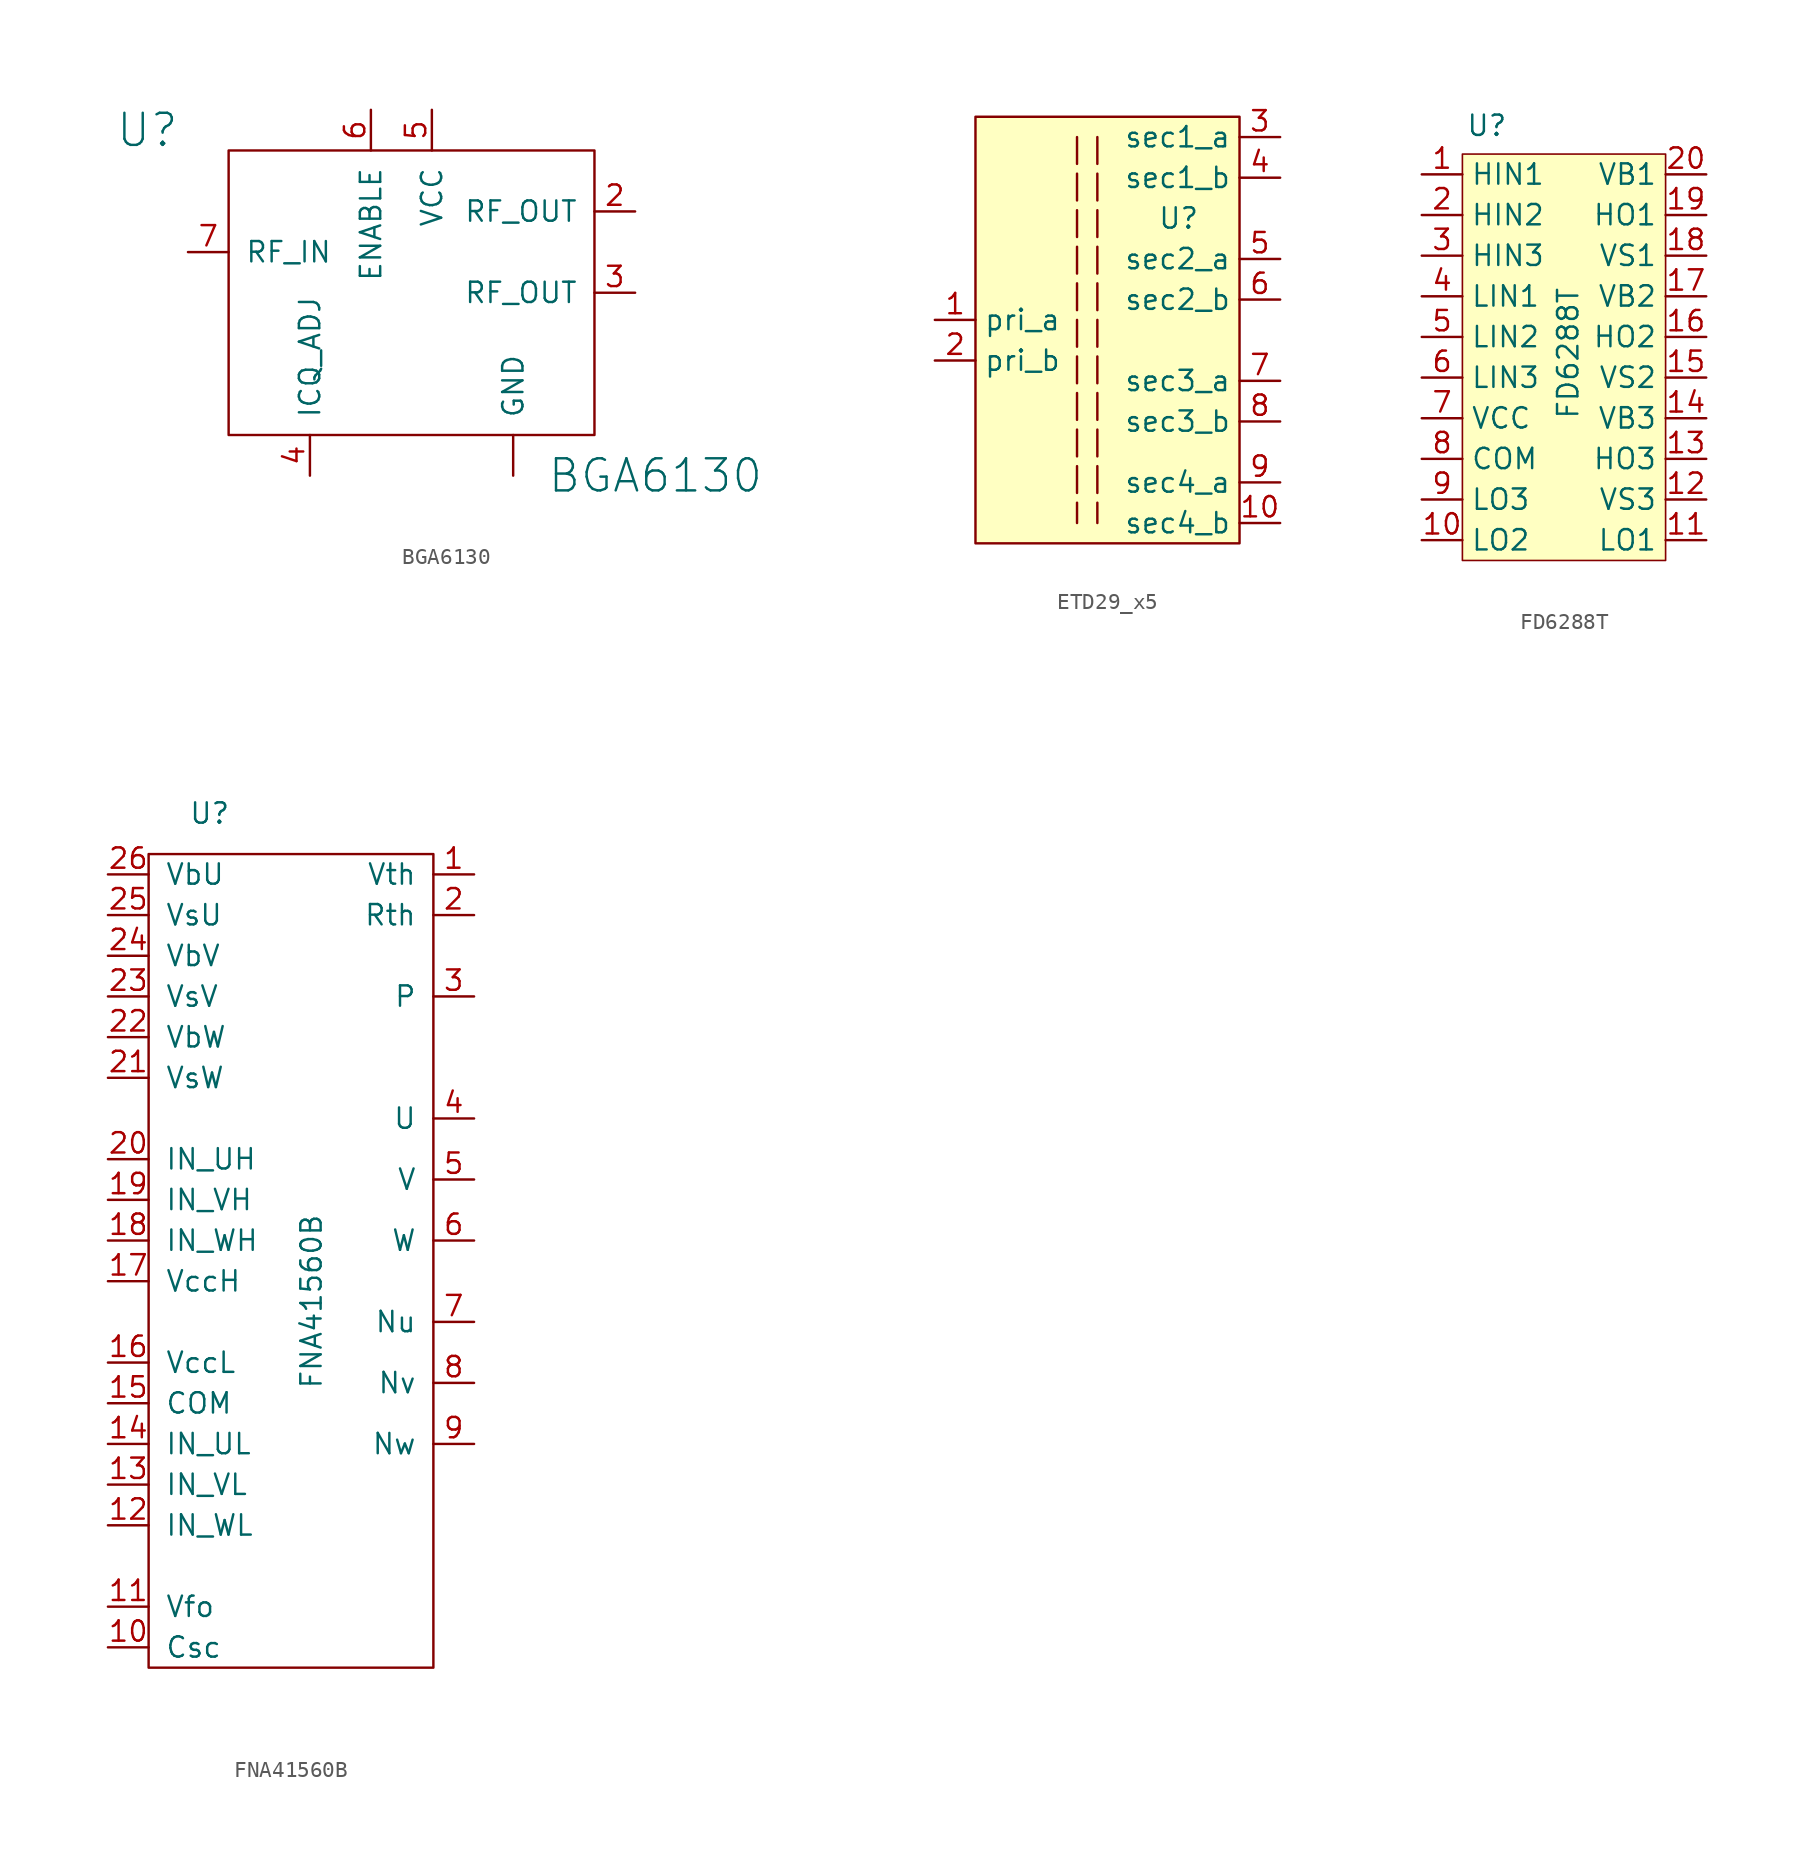
<source format=kicad_sym>
(kicad_symbol_lib
  (version 20241209)
  (generator "kicad_symbol_editor")
  (generator_version "9.0")
  (symbol "BGA6130"
    (pin_names
      (offset 1.016))
    (property "Reference" "U"
      (at -13.97 7.62 0)
      (effects (font (size 2.007 2.007))))
    (property "Value" "BGA6130"
      (at 17.78 -13.97 0)
      (effects (font (size 2.007 2.007))))
    (symbol "BGA6130_0_1"
      (rectangle (start -8.89 6.35) (end 13.97 -11.43) (stroke (width 0) (type solid)) (fill (type none))))
    (symbol "BGA6130_1_1"
      (pin input line (at -11.43 0 0) (length 2.54) (name "RF_IN" (effects (font (size 1.27 1.27)))) (number "7" (effects (font (size 1.27 1.27)))))
      (pin output line (at -3.81 -13.97 90) (length 2.54) (name "ICQ_ADJ" (effects (font (size 1.27 1.27)))) (number "4" (effects (font (size 1.27 1.27)))))
      (pin input line (at 0 8.89 270) (length 2.54) (name "ENABLE" (effects (font (size 1.27 1.27)))) (number "6" (effects (font (size 1.27 1.27)))))
      (pin input line (at 3.81 8.89 270) (length 2.54) (name "VCC" (effects (font (size 1.27 1.27)))) (number "5" (effects (font (size 1.27 1.27)))))
      (pin power_in line (at 8.89 -13.97 90) (length 2.54) (name "GND" (effects (font (size 1.27 1.27)))) (number "~" (effects (font (size 1.27 1.27)))))
      (pin output line (at 16.51 2.54 180) (length 2.54) (name "RF_OUT" (effects (font (size 1.27 1.27)))) (number "2" (effects (font (size 1.27 1.27)))))
      (pin output line (at 16.51 -2.54 180) (length 2.54) (name "RF_OUT" (effects (font (size 1.27 1.27)))) (number "3" (effects (font (size 1.27 1.27)))))))
  (symbol "ETD29_x5"
    (property "Reference" "U"
      (at 0 7.62 0)
      (effects (font (size 1.27 1.27))))
    (property "Value" ""
      (at 0 7.62 0)
      (effects (font (size 1.27 1.27))))
    (symbol "ETD29_x5_0_0"
      (pin unspecified line (at -15.24 1.27 0) (length 2.54) (name "pri_a" (effects (font (size 1.27 1.27)))) (number "1" (effects (font (size 1.27 1.27)))))
      (pin unspecified line (at -15.24 -1.27 0) (length 2.54) (name "pri_b" (effects (font (size 1.27 1.27)))) (number "2" (effects (font (size 1.27 1.27)))))
      (pin unspecified line (at 6.35 12.7 180) (length 2.54) (name "sec1_a" (effects (font (size 1.27 1.27)))) (number "3" (effects (font (size 1.27 1.27)))))
      (pin unspecified line (at 6.35 10.16 180) (length 2.54) (name "sec1_b" (effects (font (size 1.27 1.27)))) (number "4" (effects (font (size 1.27 1.27)))))
      (pin unspecified line (at 6.35 5.08 180) (length 2.54) (name "sec2_a" (effects (font (size 1.27 1.27)))) (number "5" (effects (font (size 1.27 1.27)))))
      (pin unspecified line (at 6.35 2.54 180) (length 2.54) (name "sec2_b" (effects (font (size 1.27 1.27)))) (number "6" (effects (font (size 1.27 1.27)))))
      (pin unspecified line (at 6.35 -2.54 180) (length 2.54) (name "sec3_a" (effects (font (size 1.27 1.27)))) (number "7" (effects (font (size 1.27 1.27)))))
      (pin unspecified line (at 6.35 -5.08 180) (length 2.54) (name "sec3_b" (effects (font (size 1.27 1.27)))) (number "8" (effects (font (size 1.27 1.27)))))
      (pin unspecified line (at 6.35 -8.89 180) (length 2.54) (name "sec4_a" (effects (font (size 1.27 1.27)))) (number "9" (effects (font (size 1.27 1.27)))))
      (pin unspecified line (at 6.35 -11.43 180) (length 2.54) (name "sec4_b" (effects (font (size 1.27 1.27)))) (number "10" (effects (font (size 1.27 1.27))))))
    (symbol "ETD29_x5_1_1"
      (rectangle (start -12.7 13.97) (end 3.81 -12.7) (stroke (width 0) (type default)) (fill (type background)))
      (polyline (pts (xy -6.35 12.7) (xy -6.35 -11.43)) (stroke (width 0) (type dash)) (fill (type none)))
      (polyline (pts (xy -5.08 12.7) (xy -5.08 -11.43)) (stroke (width 0) (type dash)) (fill (type none)))))
  (symbol "FD6288T"
    (property "Reference" "U"
      (at 4.064 3.048 0)
      (effects (font (size 1.27 1.27))))
    (property "Value" "FD6288T"
      (at 9.144 -11.176 90)
      (effects (font (size 1.27 1.27))))
    (symbol "FD6288T_0_0"
      (pin input line (at 0 0 0) (length 2.54) (name "HIN1" (effects (font (size 1.27 1.27)))) (number "1" (effects (font (size 1.27 1.27)))))
      (pin input line (at 0 -2.54 0) (length 2.54) (name "HIN2" (effects (font (size 1.27 1.27)))) (number "2" (effects (font (size 1.27 1.27)))))
      (pin input line (at 0 -5.08 0) (length 2.54) (name "HIN3" (effects (font (size 1.27 1.27)))) (number "3" (effects (font (size 1.27 1.27)))))
      (pin input line (at 0 -7.62 0) (length 2.54) (name "LIN1" (effects (font (size 1.27 1.27)))) (number "4" (effects (font (size 1.27 1.27)))))
      (pin input line (at 0 -10.16 0) (length 2.54) (name "LIN2" (effects (font (size 1.27 1.27)))) (number "5" (effects (font (size 1.27 1.27)))))
      (pin input line (at 0 -12.7 0) (length 2.54) (name "LIN3" (effects (font (size 1.27 1.27)))) (number "6" (effects (font (size 1.27 1.27)))))
      (pin power_in line (at 0 -15.24 0) (length 2.54) (name "VCC" (effects (font (size 1.27 1.27)))) (number "7" (effects (font (size 1.27 1.27)))))
      (pin power_in line (at 0 -17.78 0) (length 2.54) (name "COM" (effects (font (size 1.27 1.27)))) (number "8" (effects (font (size 1.27 1.27)))))
      (pin output line (at 0 -20.32 0) (length 2.54) (name "LO3" (effects (font (size 1.27 1.27)))) (number "9" (effects (font (size 1.27 1.27)))))
      (pin output line (at 0 -22.86 0) (length 2.54) (name "LO2" (effects (font (size 1.27 1.27)))) (number "10" (effects (font (size 1.27 1.27)))))
      (pin power_in line (at 17.78 0 180) (length 2.54) (name "VB1" (effects (font (size 1.27 1.27)))) (number "20" (effects (font (size 1.27 1.27)))))
      (pin output line (at 17.78 -2.54 180) (length 2.54) (name "HO1" (effects (font (size 1.27 1.27)))) (number "19" (effects (font (size 1.27 1.27)))))
      (pin input line (at 17.78 -5.08 180) (length 2.54) (name "VS1" (effects (font (size 1.27 1.27)))) (number "18" (effects (font (size 1.27 1.27)))))
      (pin power_in line (at 17.78 -7.62 180) (length 2.54) (name "VB2" (effects (font (size 1.27 1.27)))) (number "17" (effects (font (size 1.27 1.27)))))
      (pin output line (at 17.78 -10.16 180) (length 2.54) (name "HO2" (effects (font (size 1.27 1.27)))) (number "16" (effects (font (size 1.27 1.27)))))
      (pin input line (at 17.78 -12.7 180) (length 2.54) (name "VS2" (effects (font (size 1.27 1.27)))) (number "15" (effects (font (size 1.27 1.27)))))
      (pin power_in line (at 17.78 -15.24 180) (length 2.54) (name "VB3" (effects (font (size 1.27 1.27)))) (number "14" (effects (font (size 1.27 1.27)))))
      (pin output line (at 17.78 -17.78 180) (length 2.54) (name "HO3" (effects (font (size 1.27 1.27)))) (number "13" (effects (font (size 1.27 1.27)))))
      (pin input line (at 17.78 -20.32 180) (length 2.54) (name "VS3" (effects (font (size 1.27 1.27)))) (number "12" (effects (font (size 1.27 1.27)))))
      (pin output line (at 17.78 -22.86 180) (length 2.54) (name "LO1" (effects (font (size 1.27 1.27)))) (number "11" (effects (font (size 1.27 1.27))))))
    (symbol "FD6288T_1_1"
      (rectangle (start 2.54 1.27) (end 15.24 -24.13) (stroke (width 0.102) (type solid)) (fill (type background)))))
  (symbol "FNA41560B"
    (pin_names
      (offset 1.016))
    (property "Reference" "U"
      (at -3.81 29.21 0)
      (effects (font (size 1.27 1.27))))
    (property "Value" "FNA41560B"
      (at 2.54 -1.27 90)
      (effects (font (size 1.27 1.27))))
    (symbol "FNA41560B_0_0"
      (pin unspecified line (at -10.16 25.4 0) (length 2.54) (name "VbU" (effects (font (size 1.27 1.27)))) (number "26" (effects (font (size 1.27 1.27)))))
      (pin unspecified line (at -10.16 22.86 0) (length 2.54) (name "VsU" (effects (font (size 1.27 1.27)))) (number "25" (effects (font (size 1.27 1.27)))))
      (pin unspecified line (at -10.16 20.32 0) (length 2.54) (name "VbV" (effects (font (size 1.27 1.27)))) (number "24" (effects (font (size 1.27 1.27)))))
      (pin unspecified line (at -10.16 17.78 0) (length 2.54) (name "VsV" (effects (font (size 1.27 1.27)))) (number "23" (effects (font (size 1.27 1.27)))))
      (pin unspecified line (at -10.16 15.24 0) (length 2.54) (name "VbW" (effects (font (size 1.27 1.27)))) (number "22" (effects (font (size 1.27 1.27)))))
      (pin unspecified line (at -10.16 12.7 0) (length 2.54) (name "VsW" (effects (font (size 1.27 1.27)))) (number "21" (effects (font (size 1.27 1.27)))))
      (pin unspecified line (at -10.16 7.62 0) (length 2.54) (name "IN_UH" (effects (font (size 1.27 1.27)))) (number "20" (effects (font (size 1.27 1.27)))))
      (pin unspecified line (at -10.16 5.08 0) (length 2.54) (name "IN_VH" (effects (font (size 1.27 1.27)))) (number "19" (effects (font (size 1.27 1.27)))))
      (pin unspecified line (at -10.16 2.54 0) (length 2.54) (name "IN_WH" (effects (font (size 1.27 1.27)))) (number "18" (effects (font (size 1.27 1.27)))))
      (pin unspecified line (at -10.16 0 0) (length 2.54) (name "VccH" (effects (font (size 1.27 1.27)))) (number "17" (effects (font (size 1.27 1.27)))))
      (pin unspecified line (at -10.16 -5.08 0) (length 2.54) (name "VccL" (effects (font (size 1.27 1.27)))) (number "16" (effects (font (size 1.27 1.27)))))
      (pin unspecified line (at -10.16 -7.62 0) (length 2.54) (name "COM" (effects (font (size 1.27 1.27)))) (number "15" (effects (font (size 1.27 1.27)))))
      (pin unspecified line (at -10.16 -10.16 0) (length 2.54) (name "IN_UL" (effects (font (size 1.27 1.27)))) (number "14" (effects (font (size 1.27 1.27)))))
      (pin unspecified line (at -10.16 -12.7 0) (length 2.54) (name "IN_VL" (effects (font (size 1.27 1.27)))) (number "13" (effects (font (size 1.27 1.27)))))
      (pin unspecified line (at -10.16 -15.24 0) (length 2.54) (name "IN_WL" (effects (font (size 1.27 1.27)))) (number "12" (effects (font (size 1.27 1.27)))))
      (pin unspecified line (at -10.16 -20.32 0) (length 2.54) (name "Vfo" (effects (font (size 1.27 1.27)))) (number "11" (effects (font (size 1.27 1.27)))))
      (pin unspecified line (at -10.16 -22.86 0) (length 2.54) (name "Csc" (effects (font (size 1.27 1.27)))) (number "10" (effects (font (size 1.27 1.27)))))
      (pin unspecified line (at 12.7 25.4 180) (length 2.54) (name "Vth" (effects (font (size 1.27 1.27)))) (number "1" (effects (font (size 1.27 1.27)))))
      (pin unspecified line (at 12.7 22.86 180) (length 2.54) (name "Rth" (effects (font (size 1.27 1.27)))) (number "2" (effects (font (size 1.27 1.27)))))
      (pin unspecified line (at 12.7 17.78 180) (length 2.54) (name "P" (effects (font (size 1.27 1.27)))) (number "3" (effects (font (size 1.27 1.27)))))
      (pin unspecified line (at 12.7 10.16 180) (length 2.54) (name "U" (effects (font (size 1.27 1.27)))) (number "4" (effects (font (size 1.27 1.27)))))
      (pin unspecified line (at 12.7 6.35 180) (length 2.54) (name "V" (effects (font (size 1.27 1.27)))) (number "5" (effects (font (size 1.27 1.27)))))
      (pin unspecified line (at 12.7 2.54 180) (length 2.54) (name "W" (effects (font (size 1.27 1.27)))) (number "6" (effects (font (size 1.27 1.27)))))
      (pin unspecified line (at 12.7 -2.54 180) (length 2.54) (name "Nu" (effects (font (size 1.27 1.27)))) (number "7" (effects (font (size 1.27 1.27)))))
      (pin unspecified line (at 12.7 -6.35 180) (length 2.54) (name "Nv" (effects (font (size 1.27 1.27)))) (number "8" (effects (font (size 1.27 1.27)))))
      (pin unspecified line (at 12.7 -10.16 180) (length 2.54) (name "Nw" (effects (font (size 1.27 1.27)))) (number "9" (effects (font (size 1.27 1.27))))))
    (symbol "FNA41560B_0_1"
      (rectangle (start -7.62 26.67) (end 10.16 -24.13) (stroke (width 0) (type solid)) (fill (type none))))))
</source>
